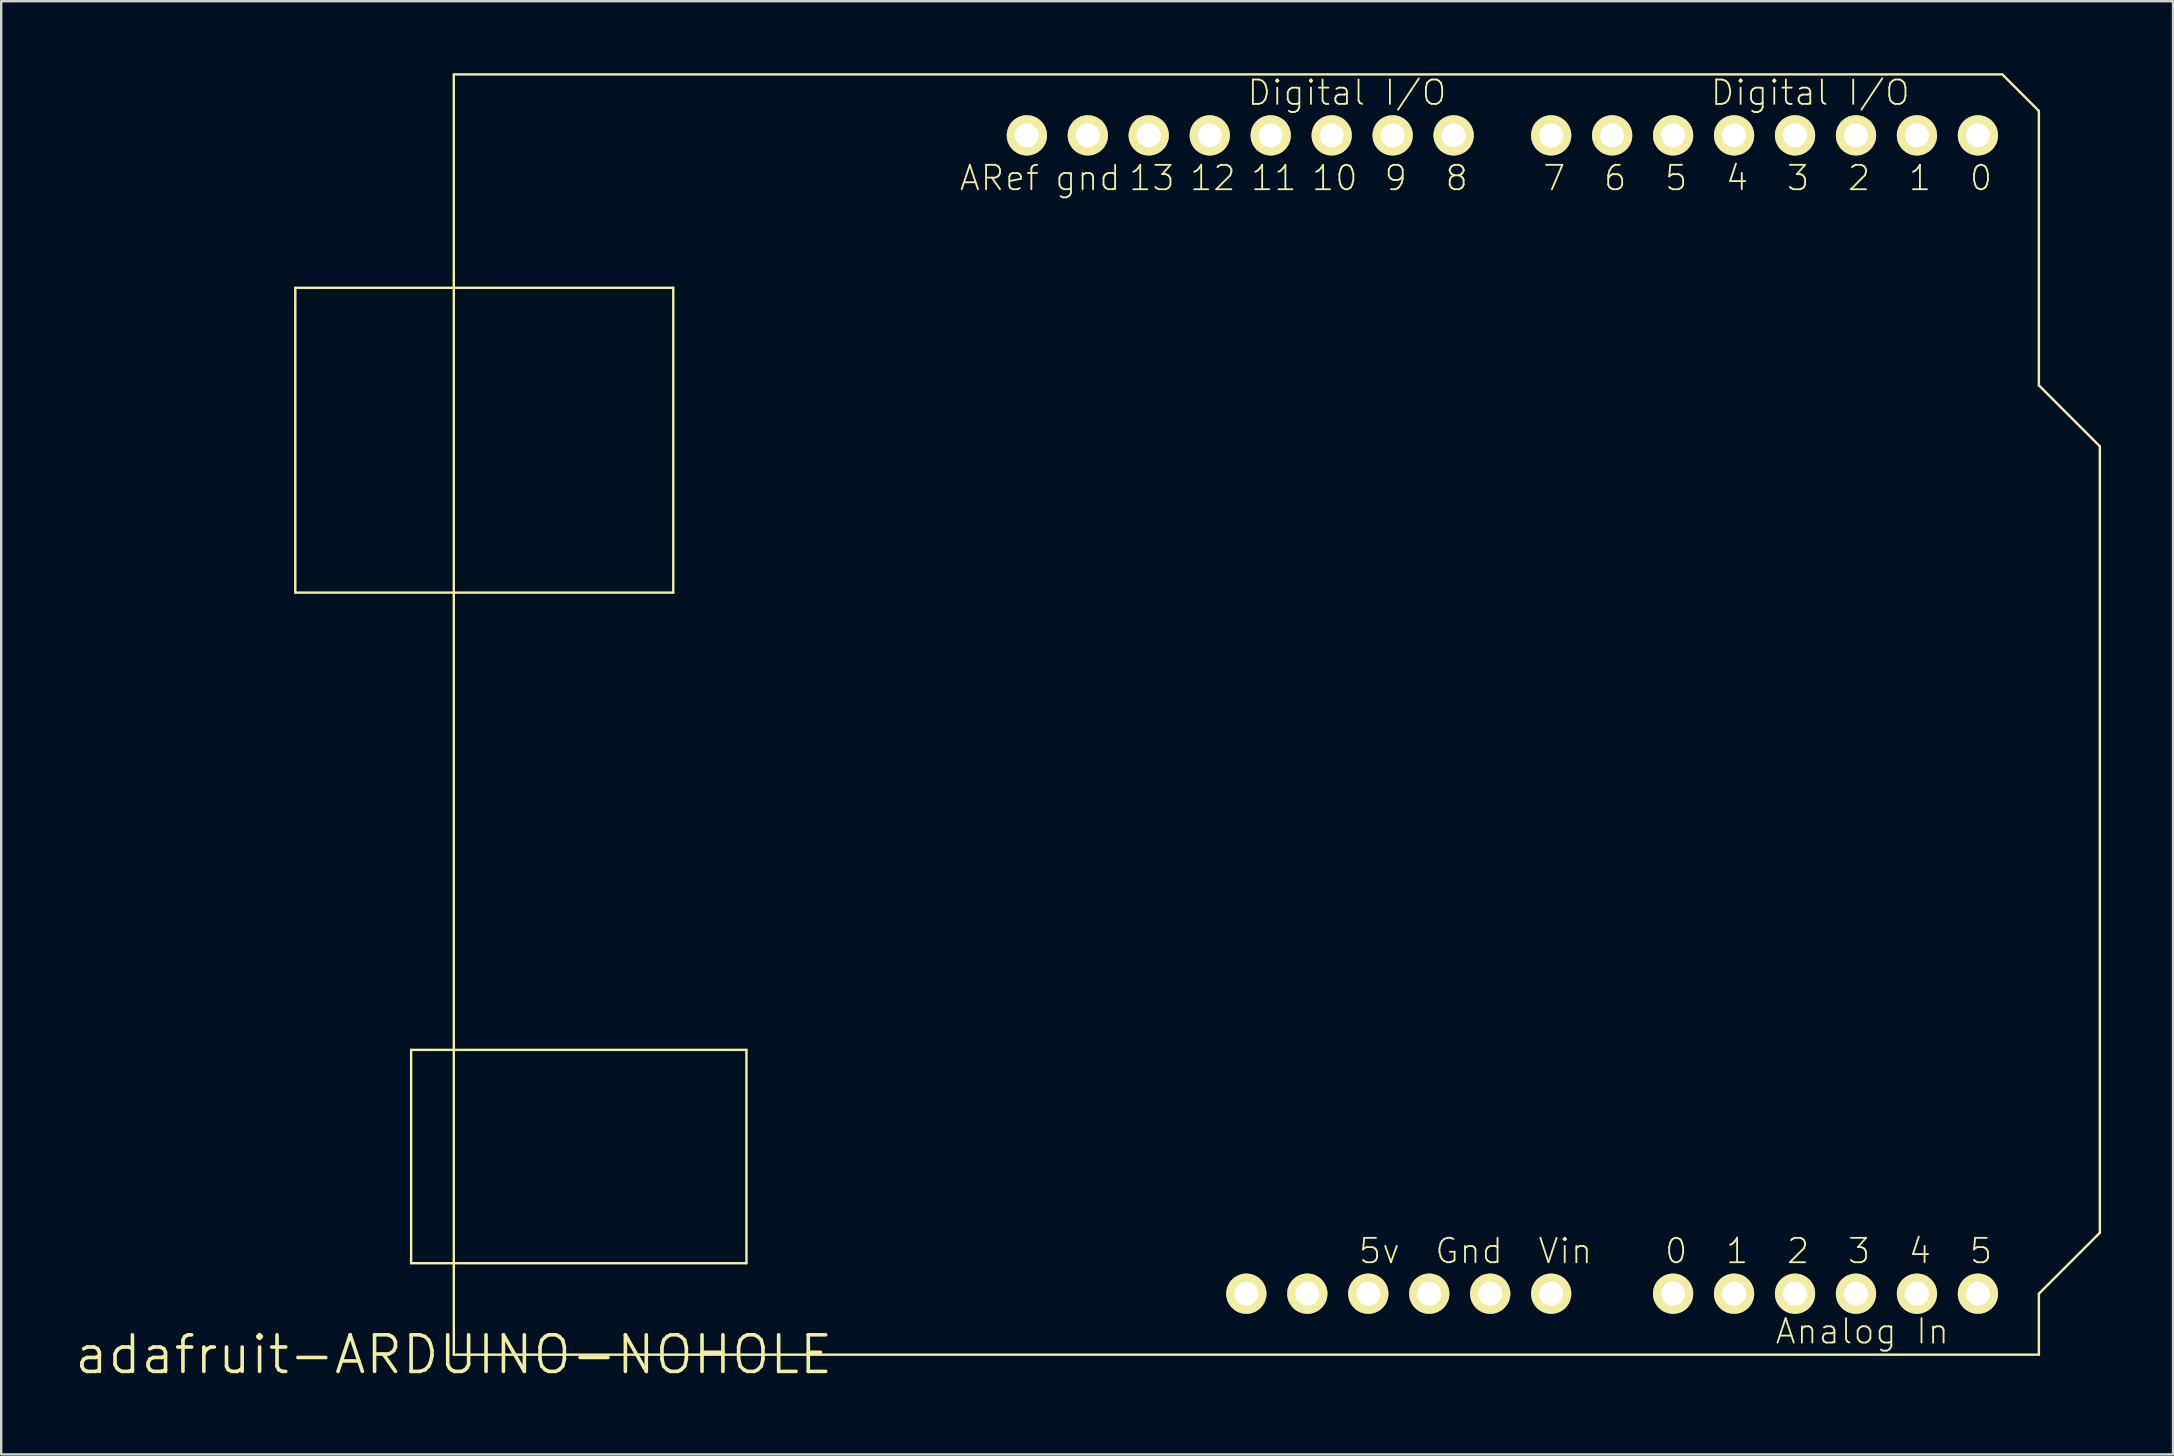
<source format=kicad_pcb>
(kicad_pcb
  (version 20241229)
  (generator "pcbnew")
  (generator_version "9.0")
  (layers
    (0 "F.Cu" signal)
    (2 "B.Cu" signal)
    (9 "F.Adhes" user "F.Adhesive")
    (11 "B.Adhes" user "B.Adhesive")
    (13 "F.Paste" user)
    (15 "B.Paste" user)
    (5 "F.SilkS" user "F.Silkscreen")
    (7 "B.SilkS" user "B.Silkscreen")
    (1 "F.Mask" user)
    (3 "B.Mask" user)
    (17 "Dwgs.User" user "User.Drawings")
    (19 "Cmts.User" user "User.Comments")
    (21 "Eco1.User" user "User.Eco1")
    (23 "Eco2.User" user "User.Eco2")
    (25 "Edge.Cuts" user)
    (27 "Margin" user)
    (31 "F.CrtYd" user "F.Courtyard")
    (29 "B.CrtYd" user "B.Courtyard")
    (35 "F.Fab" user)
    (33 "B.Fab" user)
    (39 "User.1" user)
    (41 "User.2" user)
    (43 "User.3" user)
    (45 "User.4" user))
  (footprint "adafruit-ARDUINO-NOHOLE"
    (layer "F.Cu")
    (at 15.857 53.39)
    (property "Reference" "adafruit-ARDUINO-NOHOLE" (at 0 0 0) (layer "F.SilkS") (effects (font (size 1.524 1.524) (thickness 0.15))))
    (attr exclude_from_pos_files exclude_from_bom)
    (fp_line (start -6.604 -44.45) (end -6.604 -31.75) (stroke (width 0.1) (type solid)) (layer "F.SilkS"))
    (fp_line (start -6.604 -31.75) (end 9.144 -31.75) (stroke (width 0.1) (type solid)) (layer "F.SilkS"))
    (fp_line (start -1.778 -12.7) (end -1.778 -3.81) (stroke (width 0.1) (type solid)) (layer "F.SilkS"))
    (fp_line (start -1.778 -3.81) (end 12.192 -3.81) (stroke (width 0.1) (type solid)) (layer "F.SilkS"))
    (fp_line (start 0 -53.34) (end 0 0) (stroke (width 0.1) (type solid)) (layer "F.SilkS"))
    (fp_line (start 0 0) (end 66.04 0) (stroke (width 0.1) (type solid)) (layer "F.SilkS"))
    (fp_line (start 9.144 -44.45) (end -6.604 -44.45) (stroke (width 0.1) (type solid)) (layer "F.SilkS"))
    (fp_line (start 9.144 -31.75) (end 9.144 -44.45) (stroke (width 0.1) (type solid)) (layer "F.SilkS"))
    (fp_line (start 12.192 -12.7) (end -1.778 -12.7) (stroke (width 0.1) (type solid)) (layer "F.SilkS"))
    (fp_line (start 12.192 -3.81) (end 12.192 -12.7) (stroke (width 0.1) (type solid)) (layer "F.SilkS"))
    (fp_line (start 64.516 -53.34) (end 0 -53.34) (stroke (width 0.1) (type solid)) (layer "F.SilkS"))
    (fp_line (start 66.04 -51.816) (end 64.516 -53.34) (stroke (width 0.1) (type solid)) (layer "F.SilkS"))
    (fp_line (start 66.04 -40.386) (end 66.04 -51.816) (stroke (width 0.1) (type solid)) (layer "F.SilkS"))
    (fp_line (start 66.04 -2.54) (end 68.58 -5.08) (stroke (width 0.1) (type solid)) (layer "F.SilkS"))
    (fp_line (start 66.04 0) (end 66.04 -2.54) (stroke (width 0.1) (type solid)) (layer "F.SilkS"))
    (fp_line (start 68.58 -37.846) (end 66.04 -40.386) (stroke (width 0.1) (type solid)) (layer "F.SilkS"))
    (fp_line (start 68.58 -5.08) (end 68.58 -37.846) (stroke (width 0.1) (type solid)) (layer "F.SilkS"))
    (fp_text user "0" (at 63.627 -49.022 180) (layer "F.SilkS") (effects (font (size 1.016 1.016) (thickness 0.076))))
    (fp_text user "Vin" (at 46.309 -4.318 0) (layer "F.SilkS") (effects (font (size 1.016 1.016) (thickness 0.076))))
    (fp_text user "Digital I/O" (at 56.515 -52.578 0) (layer "F.SilkS") (effects (font (size 1.016 1.016) (thickness 0.076))))
    (fp_text user "13" (at 29.083 -49.022 180) (layer "F.SilkS") (effects (font (size 1.016 1.016) (thickness 0.076))))
    (fp_text user "11" (at 34.163 -49.022 180) (layer "F.SilkS") (effects (font (size 1.016 1.016) (thickness 0.076))))
    (fp_text user "0" (at 50.927 -4.318 0) (layer "F.SilkS") (effects (font (size 1.016 1.016) (thickness 0.076))))
    (fp_text user "3" (at 58.547 -4.318 0) (layer "F.SilkS") (effects (font (size 1.016 1.016) (thickness 0.076))))
    (fp_text user "Digital I/O" (at 37.211 -52.578 0) (layer "F.SilkS") (effects (font (size 1.016 1.016) (thickness 0.076))))
    (fp_text user "1" (at 53.467 -4.318 0) (layer "F.SilkS") (effects (font (size 1.016 1.016) (thickness 0.076))))
    (fp_text user "12" (at 31.623 -49.022 180) (layer "F.SilkS") (effects (font (size 1.016 1.016) (thickness 0.076))))
    (fp_text user "ARef" (at 22.733 -49.022 180) (layer "F.SilkS") (effects (font (size 1.016 1.016) (thickness 0.076))))
    (fp_text user "6" (at 48.387 -49.022 180) (layer "F.SilkS") (effects (font (size 1.016 1.016) (thickness 0.076))))
    (fp_text user "Analog In" (at 58.682 -0.97 0) (layer "F.SilkS") (effects (font (size 1.016 1.016) (thickness 0.076))))
    (fp_text user "5" (at 63.627 -4.318 0) (layer "F.SilkS") (effects (font (size 1.016 1.016) (thickness 0.076))))
    (fp_text user "10" (at 36.703 -49.022 180) (layer "F.SilkS") (effects (font (size 1.016 1.016) (thickness 0.076))))
    (fp_text user "1" (at 61.084 -49.022 180) (layer "F.SilkS") (effects (font (size 1.016 1.016) (thickness 0.076))))
    (fp_text user "5" (at 50.927 -49.022 180) (layer "F.SilkS") (effects (font (size 1.016 1.016) (thickness 0.076))))
    (fp_text user "2" (at 58.547 -49.022 180) (layer "F.SilkS") (effects (font (size 1.016 1.016) (thickness 0.076))))
    (fp_text user "9" (at 39.243 -49.022 180) (layer "F.SilkS") (effects (font (size 1.016 1.016) (thickness 0.076))))
    (fp_text user "Gnd" (at 42.299 -4.318 0) (layer "F.SilkS") (effects (font (size 1.016 1.016) (thickness 0.076))))
    (fp_text user "3" (at 56.007 -49.022 180) (layer "F.SilkS") (effects (font (size 1.016 1.016) (thickness 0.076))))
    (fp_text user "4" (at 61.084 -4.318 0) (layer "F.SilkS") (effects (font (size 1.016 1.016) (thickness 0.076))))
    (fp_text user "7" (at 45.847 -49.022 180) (layer "F.SilkS") (effects (font (size 1.016 1.016) (thickness 0.076))))
    (fp_text user "2" (at 56.007 -4.318 0) (layer "F.SilkS") (effects (font (size 1.016 1.016) (thickness 0.076))))
    (fp_text user "8" (at 41.783 -49.022 180) (layer "F.SilkS") (effects (font (size 1.016 1.016) (thickness 0.076))))
    (fp_text user "4" (at 53.467 -49.022 180) (layer "F.SilkS") (effects (font (size 1.016 1.016) (thickness 0.076))))
    (fp_text user "gnd" (at 26.416 -49.022 180) (layer "F.SilkS") (effects (font (size 1.016 1.016) (thickness 0.076))))
    (fp_text user "5v" (at 38.562 -4.318 0) (layer "F.SilkS") (effects (font (size 1.016 1.016) (thickness 0.076))))
    (pad "3V" thru_hole circle (at 35.56 -2.54) (size 1.676 1.676) (drill 0.998) (layers "*.Cu" "F.Mask" "F.SilkS" "F.Paste"))
    (pad "5V" thru_hole circle (at 38.1 -2.54) (size 1.676 1.676) (drill 0.998) (layers "*.Cu" "F.Mask" "F.SilkS" "F.Paste"))
    (pad "A0" thru_hole circle (at 50.8 -2.54) (size 1.676 1.676) (drill 0.998) (layers "*.Cu" "F.Mask" "F.SilkS" "F.Paste"))
    (pad "A1" thru_hole circle (at 53.34 -2.54) (size 1.676 1.676) (drill 0.998) (layers "*.Cu" "F.Mask" "F.SilkS" "F.Paste"))
    (pad "A2" thru_hole circle (at 55.88 -2.54) (size 1.676 1.676) (drill 0.998) (layers "*.Cu" "F.Mask" "F.SilkS" "F.Paste"))
    (pad "A3" thru_hole circle (at 58.42 -2.54) (size 1.676 1.676) (drill 0.998) (layers "*.Cu" "F.Mask" "F.SilkS" "F.Paste"))
    (pad "A4" thru_hole circle (at 60.96 -2.54) (size 1.676 1.676) (drill 0.998) (layers "*.Cu" "F.Mask" "F.SilkS" "F.Paste"))
    (pad "A5" thru_hole circle (at 63.5 -2.54) (size 1.676 1.676) (drill 0.998) (layers "*.Cu" "F.Mask" "F.SilkS" "F.Paste"))
    (pad "AREF" thru_hole circle (at 23.876 -50.8) (size 1.676 1.676) (drill 0.998) (layers "*.Cu" "F.Mask" "F.SilkS" "F.Paste"))
    (pad "D0" thru_hole circle (at 63.5 -50.8) (size 1.676 1.676) (drill 0.998) (layers "*.Cu" "F.Mask" "F.SilkS" "F.Paste"))
    (pad "D1" thru_hole circle (at 60.96 -50.8) (size 1.676 1.676) (drill 0.998) (layers "*.Cu" "F.Mask" "F.SilkS" "F.Paste"))
    (pad "D2" thru_hole circle (at 58.42 -50.8) (size 1.676 1.676) (drill 0.998) (layers "*.Cu" "F.Mask" "F.SilkS" "F.Paste"))
    (pad "D3" thru_hole circle (at 55.88 -50.8) (size 1.676 1.676) (drill 0.998) (layers "*.Cu" "F.Mask" "F.SilkS" "F.Paste"))
    (pad "D4" thru_hole circle (at 53.34 -50.8) (size 1.676 1.676) (drill 0.998) (layers "*.Cu" "F.Mask" "F.SilkS" "F.Paste"))
    (pad "D5" thru_hole circle (at 50.8 -50.8) (size 1.676 1.676) (drill 0.998) (layers "*.Cu" "F.Mask" "F.SilkS" "F.Paste"))
    (pad "D6" thru_hole circle (at 48.26 -50.8) (size 1.676 1.676) (drill 0.998) (layers "*.Cu" "F.Mask" "F.SilkS" "F.Paste"))
    (pad "D7" thru_hole circle (at 45.72 -50.8) (size 1.676 1.676) (drill 0.998) (layers "*.Cu" "F.Mask" "F.SilkS" "F.Paste"))
    (pad "D8" thru_hole circle (at 41.656 -50.8) (size 1.676 1.676) (drill 0.998) (layers "*.Cu" "F.Mask" "F.SilkS" "F.Paste"))
    (pad "D9" thru_hole circle (at 39.116 -50.8) (size 1.676 1.676) (drill 0.998) (layers "*.Cu" "F.Mask" "F.SilkS" "F.Paste"))
    (pad "D10" thru_hole circle (at 36.576 -50.8) (size 1.676 1.676) (drill 0.998) (layers "*.Cu" "F.Mask" "F.SilkS" "F.Paste"))
    (pad "D11" thru_hole circle (at 34.036 -50.8) (size 1.676 1.676) (drill 0.998) (layers "*.Cu" "F.Mask" "F.SilkS" "F.Paste"))
    (pad "D12" thru_hole circle (at 31.496 -50.8) (size 1.676 1.676) (drill 0.998) (layers "*.Cu" "F.Mask" "F.SilkS" "F.Paste"))
    (pad "D13" thru_hole circle (at 28.953 -50.8) (size 1.676 1.676) (drill 0.998) (layers "*.Cu" "F.Mask" "F.SilkS" "F.Paste"))
    (pad "GND" thru_hole circle (at 26.416 -50.8) (size 1.676 1.676) (drill 0.998) (layers "*.Cu" "F.Mask" "F.SilkS" "F.Paste"))
    (pad "GND1" thru_hole circle (at 43.18 -2.54) (size 1.676 1.676) (drill 0.998) (layers "*.Cu" "F.Mask" "F.SilkS" "F.Paste"))
    (pad "GND2" thru_hole circle (at 40.64 -2.54) (size 1.676 1.676) (drill 0.998) (layers "*.Cu" "F.Mask" "F.SilkS" "F.Paste"))
    (pad "RESE" thru_hole circle (at 33.02 -2.54) (size 1.676 1.676) (drill 0.998) (layers "*.Cu" "F.Mask" "F.SilkS" "F.Paste"))
    (pad "VIN" thru_hole circle (at 45.72 -2.54) (size 1.676 1.676) (drill 0.998) (layers "*.Cu" "F.Mask" "F.SilkS" "F.Paste")))
  (gr_rect
    (start -3 -3)
    (end 87.487 57.545)
    (stroke (width 0.1) (type default))
    (fill no)
    (layer "Edge.Cuts")))
</source>
